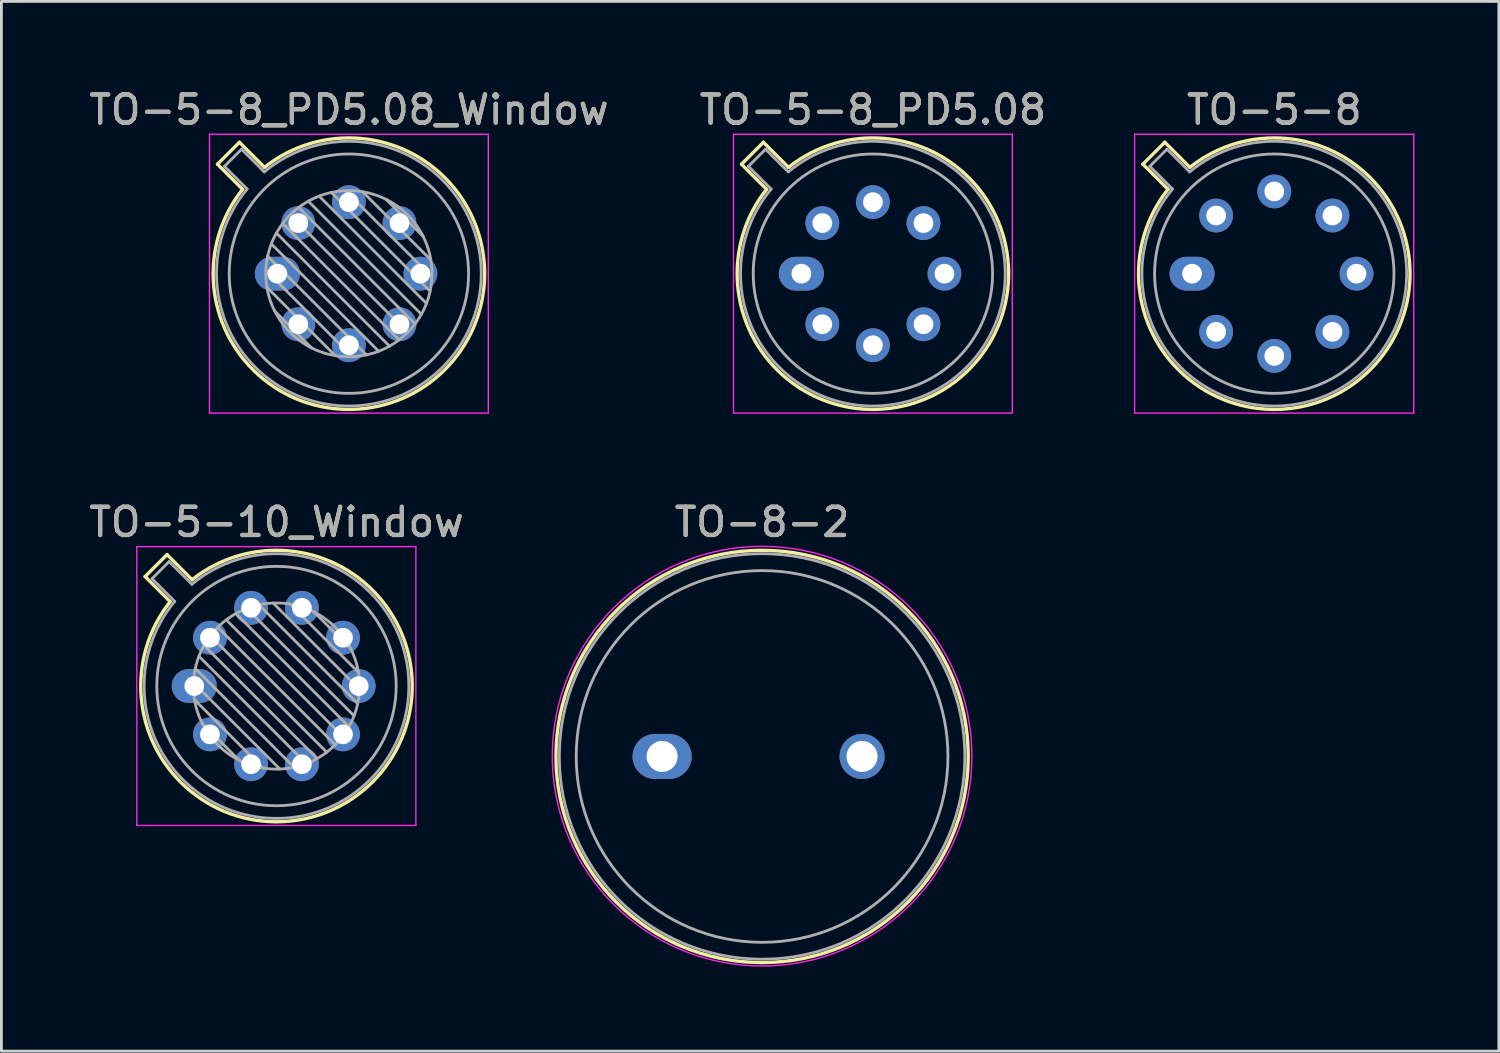
<source format=kicad_pcb>
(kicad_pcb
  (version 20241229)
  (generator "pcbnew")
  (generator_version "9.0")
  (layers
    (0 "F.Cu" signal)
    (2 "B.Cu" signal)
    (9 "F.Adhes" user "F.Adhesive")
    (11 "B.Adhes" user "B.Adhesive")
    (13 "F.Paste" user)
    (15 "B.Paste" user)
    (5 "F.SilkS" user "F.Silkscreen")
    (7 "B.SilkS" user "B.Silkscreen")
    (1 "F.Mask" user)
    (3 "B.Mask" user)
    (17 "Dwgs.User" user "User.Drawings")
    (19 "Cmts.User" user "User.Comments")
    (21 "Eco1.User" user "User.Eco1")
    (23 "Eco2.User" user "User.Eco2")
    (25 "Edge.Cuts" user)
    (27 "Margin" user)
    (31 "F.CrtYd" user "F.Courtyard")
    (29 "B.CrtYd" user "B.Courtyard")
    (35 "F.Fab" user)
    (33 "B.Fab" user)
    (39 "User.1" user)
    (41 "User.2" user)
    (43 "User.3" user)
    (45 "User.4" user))
  (footprint "TO-5-8_PD5.08_Window"
    (layer "F.Cu")
    (at 6.799 6.668)
    (property "Reference" "TO-5-8_PD5.08_Window" (at 2.54 -5.82 0) (layer "F.SilkS") (effects (font (size 1 1) (thickness 0.15))))
    (attr through_hole)
    (fp_line (start -2.126 -3.888) (end -1.235 -2.997) (stroke (width 0.12) (type solid)) (layer "F.SilkS"))
    (fp_line (start -1.348 -4.666) (end -2.126 -3.888) (stroke (width 0.12) (type solid)) (layer "F.SilkS"))
    (fp_line (start -0.457 -3.775) (end -1.348 -4.666) (stroke (width 0.12) (type solid)) (layer "F.SilkS"))
    (fp_arc (start -0.457084 -3.774902) (mid 5.948125 3.408384) (end -1.234674 -2.997371) (stroke (width 0.12) (type solid)) (layer "F.SilkS"))
    (fp_line (start -2.41 -4.95) (end -2.41 4.95) (stroke (width 0.05) (type solid)) (layer "F.CrtYd"))
    (fp_line (start -2.41 4.95) (end 7.49 4.95) (stroke (width 0.05) (type solid)) (layer "F.CrtYd"))
    (fp_line (start 7.49 -4.95) (end -2.41 -4.95) (stroke (width 0.05) (type solid)) (layer "F.CrtYd"))
    (fp_line (start 7.49 4.95) (end 7.49 -4.95) (stroke (width 0.05) (type solid)) (layer "F.CrtYd"))
    (fp_line (start -1.88 -3.812) (end -1.074 -3.005) (stroke (width 0.1) (type solid)) (layer "F.Fab"))
    (fp_line (start -1.272 -4.42) (end -1.88 -3.812) (stroke (width 0.1) (type solid)) (layer "F.Fab"))
    (fp_line (start -0.465 -3.614) (end -1.272 -4.42) (stroke (width 0.1) (type solid)) (layer "F.Fab"))
    (fp_line (start -0.408 -0.12) (end 2.66 2.948) (stroke (width 0.1) (type solid)) (layer "F.Fab"))
    (fp_line (start -0.371 0.485) (end 2.055 2.911) (stroke (width 0.1) (type solid)) (layer "F.Fab"))
    (fp_line (start -0.344 -0.622) (end 3.162 2.884) (stroke (width 0.1) (type solid)) (layer "F.Fab"))
    (fp_line (start -0.215 -1.058) (end 3.598 2.755) (stroke (width 0.1) (type solid)) (layer "F.Fab"))
    (fp_line (start -0.097 1.324) (end 1.216 2.637) (stroke (width 0.1) (type solid)) (layer "F.Fab"))
    (fp_line (start -0.034 -1.443) (end 3.983 2.574) (stroke (width 0.1) (type solid)) (layer "F.Fab"))
    (fp_line (start 0.19 -1.784) (end 4.324 2.35) (stroke (width 0.1) (type solid)) (layer "F.Fab"))
    (fp_line (start 0.454 -2.086) (end 4.626 2.086) (stroke (width 0.1) (type solid)) (layer "F.Fab"))
    (fp_line (start 0.756 -2.35) (end 4.89 1.784) (stroke (width 0.1) (type solid)) (layer "F.Fab"))
    (fp_line (start 1.097 -2.574) (end 5.114 1.443) (stroke (width 0.1) (type solid)) (layer "F.Fab"))
    (fp_line (start 1.482 -2.755) (end 5.295 1.058) (stroke (width 0.1) (type solid)) (layer "F.Fab"))
    (fp_line (start 1.918 -2.884) (end 5.424 0.622) (stroke (width 0.1) (type solid)) (layer "F.Fab"))
    (fp_line (start 2.42 -2.948) (end 5.488 0.12) (stroke (width 0.1) (type solid)) (layer "F.Fab"))
    (fp_line (start 3.025 -2.911) (end 5.451 -0.485) (stroke (width 0.1) (type solid)) (layer "F.Fab"))
    (fp_line (start 3.864 -2.637) (end 5.177 -1.324) (stroke (width 0.1) (type solid)) (layer "F.Fab"))
    (fp_arc (start -0.465408 -3.61352) (mid 5.863443 3.323361) (end -1.073594 -3.005319) (stroke (width 0.1) (type solid)) (layer "F.Fab"))
    (fp_circle (center 2.54 0) (end 5.49 0) (stroke (width 0.1) (type solid)) (fill no) (layer "F.Fab"))
    (fp_circle (center 2.54 0) (end 6.79 0) (stroke (width 0.1) (type solid)) (fill no) (layer "F.Fab"))
    (fp_text user "${REFERENCE}" (at 2.54 -5.82 0) (layer "F.Fab") (effects (font (size 1 1) (thickness 0.15))))
    (pad "1" thru_hole oval (at 0 0) (size 1.6 1.2) (drill 0.7) (layers "*.Cu" "*.Mask"))
    (pad "2" thru_hole oval (at 0.744 1.796) (size 1.2 1.2) (drill 0.7) (layers "*.Cu" "*.Mask"))
    (pad "3" thru_hole oval (at 2.54 2.54) (size 1.2 1.2) (drill 0.7) (layers "*.Cu" "*.Mask"))
    (pad "4" thru_hole oval (at 4.336 1.796) (size 1.2 1.2) (drill 0.7) (layers "*.Cu" "*.Mask"))
    (pad "5" thru_hole oval (at 5.08 0) (size 1.2 1.2) (drill 0.7) (layers "*.Cu" "*.Mask"))
    (pad "6" thru_hole oval (at 4.336 -1.796) (size 1.2 1.2) (drill 0.7) (layers "*.Cu" "*.Mask"))
    (pad "7" thru_hole oval (at 2.54 -2.54) (size 1.2 1.2) (drill 0.7) (layers "*.Cu" "*.Mask"))
    (pad "8" thru_hole oval (at 0.744 -1.796) (size 1.2 1.2) (drill 0.7) (layers "*.Cu" "*.Mask")))
  (footprint "TO-5-8_PD5.08"
    (layer "F.Cu")
    (at 25.406 6.668)
    (property "Reference" "TO-5-8_PD5.08" (at 2.54 -5.82 0) (layer "F.SilkS") (effects (font (size 1 1) (thickness 0.15))))
    (attr through_hole)
    (fp_line (start -2.126 -3.888) (end -1.235 -2.997) (stroke (width 0.12) (type solid)) (layer "F.SilkS"))
    (fp_line (start -1.348 -4.666) (end -2.126 -3.888) (stroke (width 0.12) (type solid)) (layer "F.SilkS"))
    (fp_line (start -0.457 -3.775) (end -1.348 -4.666) (stroke (width 0.12) (type solid)) (layer "F.SilkS"))
    (fp_arc (start -0.457084 -3.774902) (mid 5.948125 3.408384) (end -1.234674 -2.997371) (stroke (width 0.12) (type solid)) (layer "F.SilkS"))
    (fp_line (start -2.41 -4.95) (end -2.41 4.95) (stroke (width 0.05) (type solid)) (layer "F.CrtYd"))
    (fp_line (start -2.41 4.95) (end 7.49 4.95) (stroke (width 0.05) (type solid)) (layer "F.CrtYd"))
    (fp_line (start 7.49 -4.95) (end -2.41 -4.95) (stroke (width 0.05) (type solid)) (layer "F.CrtYd"))
    (fp_line (start 7.49 4.95) (end 7.49 -4.95) (stroke (width 0.05) (type solid)) (layer "F.CrtYd"))
    (fp_line (start -1.88 -3.812) (end -1.074 -3.005) (stroke (width 0.1) (type solid)) (layer "F.Fab"))
    (fp_line (start -1.272 -4.42) (end -1.88 -3.812) (stroke (width 0.1) (type solid)) (layer "F.Fab"))
    (fp_line (start -0.465 -3.614) (end -1.272 -4.42) (stroke (width 0.1) (type solid)) (layer "F.Fab"))
    (fp_arc (start -0.465408 -3.61352) (mid 5.863443 3.323361) (end -1.073594 -3.005319) (stroke (width 0.1) (type solid)) (layer "F.Fab"))
    (fp_circle (center 2.54 0) (end 6.79 0) (stroke (width 0.1) (type solid)) (fill no) (layer "F.Fab"))
    (fp_text user "${REFERENCE}" (at 2.54 -5.82 0) (layer "F.Fab") (effects (font (size 1 1) (thickness 0.15))))
    (pad "1" thru_hole oval (at 0 0) (size 1.6 1.2) (drill 0.7) (layers "*.Cu" "*.Mask"))
    (pad "2" thru_hole oval (at 0.744 1.796) (size 1.2 1.2) (drill 0.7) (layers "*.Cu" "*.Mask"))
    (pad "3" thru_hole oval (at 2.54 2.54) (size 1.2 1.2) (drill 0.7) (layers "*.Cu" "*.Mask"))
    (pad "4" thru_hole oval (at 4.336 1.796) (size 1.2 1.2) (drill 0.7) (layers "*.Cu" "*.Mask"))
    (pad "5" thru_hole oval (at 5.08 0) (size 1.2 1.2) (drill 0.7) (layers "*.Cu" "*.Mask"))
    (pad "6" thru_hole oval (at 4.336 -1.796) (size 1.2 1.2) (drill 0.7) (layers "*.Cu" "*.Mask"))
    (pad "7" thru_hole oval (at 2.54 -2.54) (size 1.2 1.2) (drill 0.7) (layers "*.Cu" "*.Mask"))
    (pad "8" thru_hole oval (at 0.744 -1.796) (size 1.2 1.2) (drill 0.7) (layers "*.Cu" "*.Mask")))
  (footprint "TO-5-8"
    (layer "F.Cu")
    (at 39.279 6.668)
    (property "Reference" "TO-5-8" (at 2.92 -5.82 0) (layer "F.SilkS") (effects (font (size 1 1) (thickness 0.15))))
    (attr through_hole)
    (fp_line (start -1.746 -3.888) (end -0.855 -2.997) (stroke (width 0.12) (type solid)) (layer "F.SilkS"))
    (fp_line (start -0.968 -4.666) (end -1.746 -3.888) (stroke (width 0.12) (type solid)) (layer "F.SilkS"))
    (fp_line (start -0.077 -3.775) (end -0.968 -4.666) (stroke (width 0.12) (type solid)) (layer "F.SilkS"))
    (fp_arc (start -0.077084 -3.774902) (mid 6.328125 3.408384) (end -0.854674 -2.997371) (stroke (width 0.12) (type solid)) (layer "F.SilkS"))
    (fp_line (start -2.04 -4.95) (end -2.04 4.95) (stroke (width 0.05) (type solid)) (layer "F.CrtYd"))
    (fp_line (start -2.04 4.95) (end 7.87 4.95) (stroke (width 0.05) (type solid)) (layer "F.CrtYd"))
    (fp_line (start 7.87 -4.95) (end -2.04 -4.95) (stroke (width 0.05) (type solid)) (layer "F.CrtYd"))
    (fp_line (start 7.87 4.95) (end 7.87 -4.95) (stroke (width 0.05) (type solid)) (layer "F.CrtYd"))
    (fp_line (start -1.5 -3.812) (end -0.694 -3.005) (stroke (width 0.1) (type solid)) (layer "F.Fab"))
    (fp_line (start -0.892 -4.42) (end -1.5 -3.812) (stroke (width 0.1) (type solid)) (layer "F.Fab"))
    (fp_line (start -0.085 -3.614) (end -0.892 -4.42) (stroke (width 0.1) (type solid)) (layer "F.Fab"))
    (fp_arc (start -0.085408 -3.61352) (mid 6.243443 3.323361) (end -0.693594 -3.005319) (stroke (width 0.1) (type solid)) (layer "F.Fab"))
    (fp_circle (center 2.92 0) (end 7.17 0) (stroke (width 0.1) (type solid)) (fill no) (layer "F.Fab"))
    (fp_text user "${REFERENCE}" (at 2.92 -5.82 0) (layer "F.Fab") (effects (font (size 1 1) (thickness 0.15))))
    (pad "1" thru_hole oval (at 0 0) (size 1.6 1.2) (drill 0.7) (layers "*.Cu" "*.Mask"))
    (pad "2" thru_hole oval (at 0.855 2.065) (size 1.2 1.2) (drill 0.7) (layers "*.Cu" "*.Mask"))
    (pad "3" thru_hole oval (at 2.92 2.92) (size 1.2 1.2) (drill 0.7) (layers "*.Cu" "*.Mask"))
    (pad "4" thru_hole oval (at 4.985 2.065) (size 1.2 1.2) (drill 0.7) (layers "*.Cu" "*.Mask"))
    (pad "5" thru_hole oval (at 5.84 0) (size 1.2 1.2) (drill 0.7) (layers "*.Cu" "*.Mask"))
    (pad "6" thru_hole oval (at 4.985 -2.065) (size 1.2 1.2) (drill 0.7) (layers "*.Cu" "*.Mask"))
    (pad "7" thru_hole oval (at 2.92 -2.92) (size 1.2 1.2) (drill 0.7) (layers "*.Cu" "*.Mask"))
    (pad "8" thru_hole oval (at 0.855 -2.065) (size 1.2 1.2) (drill 0.7) (layers "*.Cu" "*.Mask")))
  (footprint "TO-8-2"
    (layer "F.Cu")
    (at 20.461 23.811)
    (property "Reference" "TO-8-2" (at 3.55 -8.32 0) (layer "F.SilkS") (effects (font (size 1 1) (thickness 0.15))))
    (attr through_hole)
    (fp_circle (center 3.55 0) (end 10.87 0) (stroke (width 0.12) (type solid)) (fill no) (layer "F.SilkS"))
    (fp_circle (center 3.55 -0.01) (end 11 -0.01) (stroke (width 0.05) (type solid)) (fill no) (layer "F.CrtYd"))
    (fp_circle (center 3.55 0) (end 10.15 0) (stroke (width 0.1) (type solid)) (fill no) (layer "F.Fab"))
    (fp_circle (center 3.55 0) (end 10.75 0) (stroke (width 0.1) (type solid)) (fill no) (layer "F.Fab"))
    (fp_text user "${REFERENCE}" (at 3.55 -8.32 0) (layer "F.Fab") (effects (font (size 1 1) (thickness 0.15))))
    (pad "1" thru_hole oval (at 0 0) (size 2.1 1.6) (drill 1.1) (layers "*.Cu" "*.Mask"))
    (pad "2" thru_hole oval (at 7.1 0) (size 1.6 1.6) (drill 1.1) (layers "*.Cu" "*.Mask")))
  (footprint "TO-5-10_Window"
    (layer "F.Cu")
    (at 3.848 21.311)
    (property "Reference" "TO-5-10_Window" (at 2.92 -5.82 0) (layer "F.SilkS") (effects (font (size 1 1) (thickness 0.15))))
    (attr through_hole)
    (fp_line (start -1.746 -3.888) (end -0.855 -2.997) (stroke (width 0.12) (type solid)) (layer "F.SilkS"))
    (fp_line (start -0.968 -4.666) (end -1.746 -3.888) (stroke (width 0.12) (type solid)) (layer "F.SilkS"))
    (fp_line (start -0.077 -3.775) (end -0.968 -4.666) (stroke (width 0.12) (type solid)) (layer "F.SilkS"))
    (fp_arc (start -0.077084 -3.774902) (mid 6.328125 3.408384) (end -0.854674 -2.997371) (stroke (width 0.12) (type solid)) (layer "F.SilkS"))
    (fp_line (start -2.04 -4.95) (end -2.04 4.95) (stroke (width 0.05) (type solid)) (layer "F.CrtYd"))
    (fp_line (start -2.04 4.95) (end 7.87 4.95) (stroke (width 0.05) (type solid)) (layer "F.CrtYd"))
    (fp_line (start 7.87 -4.95) (end -2.04 -4.95) (stroke (width 0.05) (type solid)) (layer "F.CrtYd"))
    (fp_line (start 7.87 4.95) (end 7.87 -4.95) (stroke (width 0.05) (type solid)) (layer "F.CrtYd"))
    (fp_line (start -1.5 -3.812) (end -0.694 -3.005) (stroke (width 0.1) (type solid)) (layer "F.Fab"))
    (fp_line (start -0.892 -4.42) (end -1.5 -3.812) (stroke (width 0.1) (type solid)) (layer "F.Fab"))
    (fp_line (start -0.085 -3.614) (end -0.892 -4.42) (stroke (width 0.1) (type solid)) (layer "F.Fab"))
    (fp_line (start -0.028 -0.12) (end 3.04 2.948) (stroke (width 0.1) (type solid)) (layer "F.Fab"))
    (fp_line (start 0.009 0.485) (end 2.435 2.911) (stroke (width 0.1) (type solid)) (layer "F.Fab"))
    (fp_line (start 0.036 -0.622) (end 3.542 2.884) (stroke (width 0.1) (type solid)) (layer "F.Fab"))
    (fp_line (start 0.165 -1.058) (end 3.978 2.755) (stroke (width 0.1) (type solid)) (layer "F.Fab"))
    (fp_line (start 0.283 1.324) (end 1.596 2.637) (stroke (width 0.1) (type solid)) (layer "F.Fab"))
    (fp_line (start 0.346 -1.443) (end 4.363 2.574) (stroke (width 0.1) (type solid)) (layer "F.Fab"))
    (fp_line (start 0.57 -1.784) (end 4.704 2.35) (stroke (width 0.1) (type solid)) (layer "F.Fab"))
    (fp_line (start 0.834 -2.086) (end 5.006 2.086) (stroke (width 0.1) (type solid)) (layer "F.Fab"))
    (fp_line (start 1.136 -2.35) (end 5.27 1.784) (stroke (width 0.1) (type solid)) (layer "F.Fab"))
    (fp_line (start 1.477 -2.574) (end 5.494 1.443) (stroke (width 0.1) (type solid)) (layer "F.Fab"))
    (fp_line (start 1.862 -2.755) (end 5.675 1.058) (stroke (width 0.1) (type solid)) (layer "F.Fab"))
    (fp_line (start 2.298 -2.884) (end 5.804 0.622) (stroke (width 0.1) (type solid)) (layer "F.Fab"))
    (fp_line (start 2.8 -2.948) (end 5.868 0.12) (stroke (width 0.1) (type solid)) (layer "F.Fab"))
    (fp_line (start 3.405 -2.911) (end 5.831 -0.485) (stroke (width 0.1) (type solid)) (layer "F.Fab"))
    (fp_line (start 4.244 -2.637) (end 5.557 -1.324) (stroke (width 0.1) (type solid)) (layer "F.Fab"))
    (fp_arc (start -0.085408 -3.61352) (mid 6.243443 3.323361) (end -0.693594 -3.005319) (stroke (width 0.1) (type solid)) (layer "F.Fab"))
    (fp_circle (center 2.92 0) (end 5.87 0) (stroke (width 0.1) (type solid)) (fill no) (layer "F.Fab"))
    (fp_circle (center 2.92 0) (end 7.17 0) (stroke (width 0.1) (type solid)) (fill no) (layer "F.Fab"))
    (fp_text user "${REFERENCE}" (at 2.92 -5.82 0) (layer "F.Fab") (effects (font (size 1 1) (thickness 0.15))))
    (pad "1" thru_hole oval (at 0 0) (size 1.6 1.2) (drill 0.7) (layers "*.Cu" "*.Mask"))
    (pad "2" thru_hole oval (at 0.558 1.716) (size 1.2 1.2) (drill 0.7) (layers "*.Cu" "*.Mask"))
    (pad "3" thru_hole oval (at 2.018 2.777) (size 1.2 1.2) (drill 0.7) (layers "*.Cu" "*.Mask"))
    (pad "4" thru_hole oval (at 3.822 2.777) (size 1.2 1.2) (drill 0.7) (layers "*.Cu" "*.Mask"))
    (pad "5" thru_hole oval (at 5.282 1.716) (size 1.2 1.2) (drill 0.7) (layers "*.Cu" "*.Mask"))
    (pad "6" thru_hole oval (at 5.84 0) (size 1.2 1.2) (drill 0.7) (layers "*.Cu" "*.Mask"))
    (pad "7" thru_hole oval (at 5.282 -1.716) (size 1.2 1.2) (drill 0.7) (layers "*.Cu" "*.Mask"))
    (pad "8" thru_hole oval (at 3.822 -2.777) (size 1.2 1.2) (drill 0.7) (layers "*.Cu" "*.Mask"))
    (pad "9" thru_hole oval (at 2.018 -2.777) (size 1.2 1.2) (drill 0.7) (layers "*.Cu" "*.Mask"))
    (pad "10" thru_hole oval (at 0.558 -1.716) (size 1.2 1.2) (drill 0.7) (layers "*.Cu" "*.Mask")))
  (gr_rect
    (start -3 -3)
    (end 50.174 34.276)
    (stroke (width 0.1) (type default))
    (fill no)
    (layer "Edge.Cuts")))
</source>
